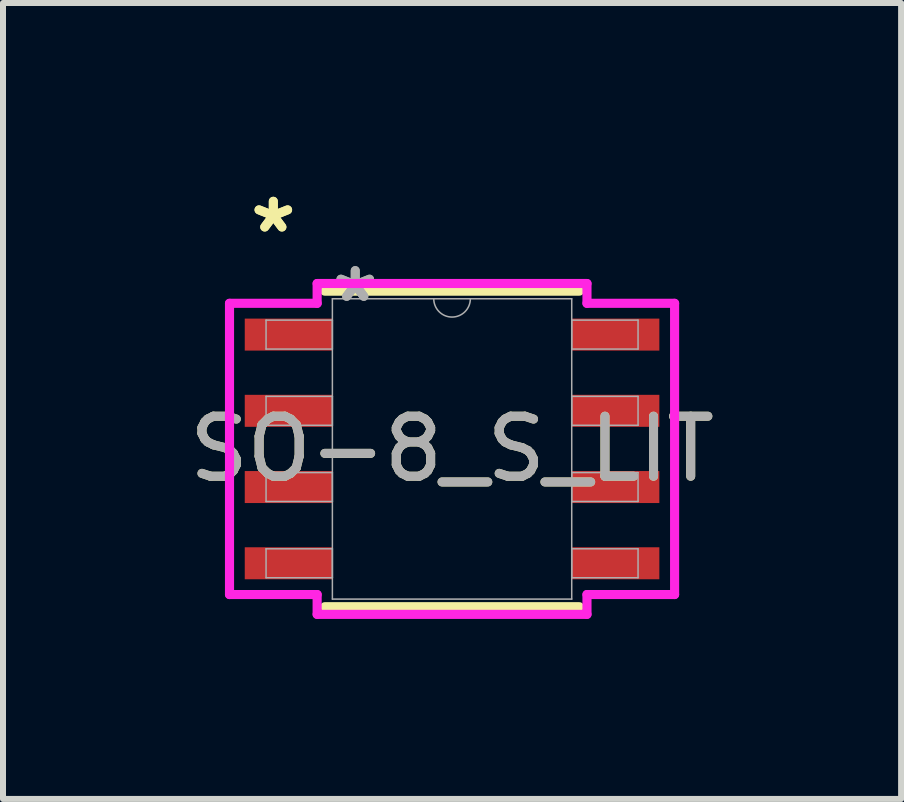
<source format=kicad_pcb>
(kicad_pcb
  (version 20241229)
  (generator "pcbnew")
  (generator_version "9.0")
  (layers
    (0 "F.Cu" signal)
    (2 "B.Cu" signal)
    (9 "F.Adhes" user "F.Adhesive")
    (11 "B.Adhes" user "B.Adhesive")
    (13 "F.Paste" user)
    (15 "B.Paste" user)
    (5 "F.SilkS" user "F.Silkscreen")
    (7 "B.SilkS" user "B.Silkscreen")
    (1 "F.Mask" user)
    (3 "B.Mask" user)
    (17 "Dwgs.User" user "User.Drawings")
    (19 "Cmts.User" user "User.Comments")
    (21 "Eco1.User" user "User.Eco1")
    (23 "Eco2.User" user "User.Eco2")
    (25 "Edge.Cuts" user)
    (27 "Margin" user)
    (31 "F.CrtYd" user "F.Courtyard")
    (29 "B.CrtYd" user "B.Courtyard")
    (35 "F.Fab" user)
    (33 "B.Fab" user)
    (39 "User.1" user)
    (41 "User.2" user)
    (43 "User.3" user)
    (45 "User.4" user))
  (footprint "SO-8_S_LIT"
    (layer "F.Cu")
    (at 4.482 4.43)
    (property "Reference" "SO-8_S_LIT" (at 0 0 0) (unlocked yes) (layer "F.SilkS") (effects (font (size 1 1) (thickness 0.15))))
    (attr smd)
    (fp_line (start -2.121 2.629) (end 2.121 2.629) (stroke (width 0.152) (type solid)) (layer "F.SilkS"))
    (fp_line (start 2.121 -2.629) (end -2.121 -2.629) (stroke (width 0.152) (type solid)) (layer "F.SilkS"))
    (fp_line (start -3.708 -2.426) (end -2.248 -2.426) (stroke (width 0.152) (type solid)) (layer "F.CrtYd"))
    (fp_line (start -3.708 2.426) (end -3.708 -2.426) (stroke (width 0.152) (type solid)) (layer "F.CrtYd"))
    (fp_line (start -3.708 2.426) (end -2.248 2.426) (stroke (width 0.152) (type solid)) (layer "F.CrtYd"))
    (fp_line (start -2.248 -2.756) (end 2.248 -2.756) (stroke (width 0.152) (type solid)) (layer "F.CrtYd"))
    (fp_line (start -2.248 -2.426) (end -2.248 -2.756) (stroke (width 0.152) (type solid)) (layer "F.CrtYd"))
    (fp_line (start -2.248 2.756) (end -2.248 2.426) (stroke (width 0.152) (type solid)) (layer "F.CrtYd"))
    (fp_line (start 2.248 -2.756) (end 2.248 -2.426) (stroke (width 0.152) (type solid)) (layer "F.CrtYd"))
    (fp_line (start 2.248 2.426) (end 2.248 2.756) (stroke (width 0.152) (type solid)) (layer "F.CrtYd"))
    (fp_line (start 2.248 2.756) (end -2.248 2.756) (stroke (width 0.152) (type solid)) (layer "F.CrtYd"))
    (fp_line (start 3.708 -2.426) (end 2.248 -2.426) (stroke (width 0.152) (type solid)) (layer "F.CrtYd"))
    (fp_line (start 3.708 -2.426) (end 3.708 2.426) (stroke (width 0.152) (type solid)) (layer "F.CrtYd"))
    (fp_line (start 3.708 2.426) (end 2.248 2.426) (stroke (width 0.152) (type solid)) (layer "F.CrtYd"))
    (fp_line (start -3.099 -2.146) (end -3.099 -1.664) (stroke (width 0.025) (type solid)) (layer "F.Fab"))
    (fp_line (start -3.099 -1.664) (end -1.994 -1.664) (stroke (width 0.025) (type solid)) (layer "F.Fab"))
    (fp_line (start -3.099 -0.876) (end -3.099 -0.394) (stroke (width 0.025) (type solid)) (layer "F.Fab"))
    (fp_line (start -3.099 -0.394) (end -1.994 -0.394) (stroke (width 0.025) (type solid)) (layer "F.Fab"))
    (fp_line (start -3.099 0.394) (end -3.099 0.876) (stroke (width 0.025) (type solid)) (layer "F.Fab"))
    (fp_line (start -3.099 0.876) (end -1.994 0.876) (stroke (width 0.025) (type solid)) (layer "F.Fab"))
    (fp_line (start -3.099 1.664) (end -3.099 2.146) (stroke (width 0.025) (type solid)) (layer "F.Fab"))
    (fp_line (start -3.099 2.146) (end -1.994 2.146) (stroke (width 0.025) (type solid)) (layer "F.Fab"))
    (fp_line (start -1.994 -2.502) (end -1.994 2.502) (stroke (width 0.025) (type solid)) (layer "F.Fab"))
    (fp_line (start -1.994 -2.146) (end -3.099 -2.146) (stroke (width 0.025) (type solid)) (layer "F.Fab"))
    (fp_line (start -1.994 -1.664) (end -1.994 -2.146) (stroke (width 0.025) (type solid)) (layer "F.Fab"))
    (fp_line (start -1.994 -0.876) (end -3.099 -0.876) (stroke (width 0.025) (type solid)) (layer "F.Fab"))
    (fp_line (start -1.994 -0.394) (end -1.994 -0.876) (stroke (width 0.025) (type solid)) (layer "F.Fab"))
    (fp_line (start -1.994 0.394) (end -3.099 0.394) (stroke (width 0.025) (type solid)) (layer "F.Fab"))
    (fp_line (start -1.994 0.876) (end -1.994 0.394) (stroke (width 0.025) (type solid)) (layer "F.Fab"))
    (fp_line (start -1.994 1.664) (end -3.099 1.664) (stroke (width 0.025) (type solid)) (layer "F.Fab"))
    (fp_line (start -1.994 2.146) (end -1.994 1.664) (stroke (width 0.025) (type solid)) (layer "F.Fab"))
    (fp_line (start -1.994 2.502) (end 1.994 2.502) (stroke (width 0.025) (type solid)) (layer "F.Fab"))
    (fp_line (start 1.994 -2.502) (end -1.994 -2.502) (stroke (width 0.025) (type solid)) (layer "F.Fab"))
    (fp_line (start 1.994 -2.146) (end 1.994 -1.664) (stroke (width 0.025) (type solid)) (layer "F.Fab"))
    (fp_line (start 1.994 -1.664) (end 3.099 -1.664) (stroke (width 0.025) (type solid)) (layer "F.Fab"))
    (fp_line (start 1.994 -0.876) (end 1.994 -0.394) (stroke (width 0.025) (type solid)) (layer "F.Fab"))
    (fp_line (start 1.994 -0.394) (end 3.099 -0.394) (stroke (width 0.025) (type solid)) (layer "F.Fab"))
    (fp_line (start 1.994 0.394) (end 1.994 0.876) (stroke (width 0.025) (type solid)) (layer "F.Fab"))
    (fp_line (start 1.994 0.876) (end 3.099 0.876) (stroke (width 0.025) (type solid)) (layer "F.Fab"))
    (fp_line (start 1.994 1.664) (end 1.994 2.146) (stroke (width 0.025) (type solid)) (layer "F.Fab"))
    (fp_line (start 1.994 2.146) (end 3.099 2.146) (stroke (width 0.025) (type solid)) (layer "F.Fab"))
    (fp_line (start 1.994 2.502) (end 1.994 -2.502) (stroke (width 0.025) (type solid)) (layer "F.Fab"))
    (fp_line (start 3.099 -2.146) (end 1.994 -2.146) (stroke (width 0.025) (type solid)) (layer "F.Fab"))
    (fp_line (start 3.099 -1.664) (end 3.099 -2.146) (stroke (width 0.025) (type solid)) (layer "F.Fab"))
    (fp_line (start 3.099 -0.876) (end 1.994 -0.876) (stroke (width 0.025) (type solid)) (layer "F.Fab"))
    (fp_line (start 3.099 -0.394) (end 3.099 -0.876) (stroke (width 0.025) (type solid)) (layer "F.Fab"))
    (fp_line (start 3.099 0.394) (end 1.994 0.394) (stroke (width 0.025) (type solid)) (layer "F.Fab"))
    (fp_line (start 3.099 0.876) (end 3.099 0.394) (stroke (width 0.025) (type solid)) (layer "F.Fab"))
    (fp_line (start 3.099 1.664) (end 1.994 1.664) (stroke (width 0.025) (type solid)) (layer "F.Fab"))
    (fp_line (start 3.099 2.146) (end 3.099 1.664) (stroke (width 0.025) (type solid)) (layer "F.Fab"))
    (fp_arc (start 0.3048 -2.5019) (mid 0 -2.1971) (end -0.3048 -2.5019) (stroke (width 0.0254) (type solid)) (layer "F.Fab"))
    (fp_text user "*" (at -2.978 -3.581 0) (layer "F.SilkS") (effects (font (size 1 1) (thickness 0.15))))
    (fp_text user "*" (at -2.978 -3.581 0) (unlocked yes) (layer "F.SilkS") (effects (font (size 1 1) (thickness 0.15))))
    (fp_text user "*" (at -1.613 -2.426 0) (layer "F.Fab") (effects (font (size 1 1) (thickness 0.15))))
    (fp_text user "${REFERENCE}" (at 0 0 0) (unlocked yes) (layer "F.Fab") (effects (font (size 1 1) (thickness 0.15))))
    (fp_text user "*" (at -1.613 -2.426 0) (unlocked yes) (layer "F.Fab") (effects (font (size 1 1) (thickness 0.15))))
    (pad "1" smd rect (at -2.724 -1.905) (size 1.46 0.533) (layers "F.Cu" "F.Mask" "F.Paste"))
    (pad "2" smd rect (at -2.724 -0.635) (size 1.46 0.533) (layers "F.Cu" "F.Mask" "F.Paste"))
    (pad "3" smd rect (at -2.724 0.635) (size 1.46 0.533) (layers "F.Cu" "F.Mask" "F.Paste"))
    (pad "4" smd rect (at -2.724 1.905) (size 1.46 0.533) (layers "F.Cu" "F.Mask" "F.Paste"))
    (pad "5" smd rect (at 2.724 1.905) (size 1.46 0.533) (layers "F.Cu" "F.Mask" "F.Paste"))
    (pad "6" smd rect (at 2.724 0.635) (size 1.46 0.533) (layers "F.Cu" "F.Mask" "F.Paste"))
    (pad "7" smd rect (at 2.724 -0.635) (size 1.46 0.533) (layers "F.Cu" "F.Mask" "F.Paste"))
    (pad "8" smd rect (at 2.724 -1.905) (size 1.46 0.533) (layers "F.Cu" "F.Mask" "F.Paste")))
  (gr_rect
    (start -3 -3)
    (end 11.964 10.262)
    (stroke (width 0.1) (type default))
    (fill no)
    (layer "Edge.Cuts")))
</source>
